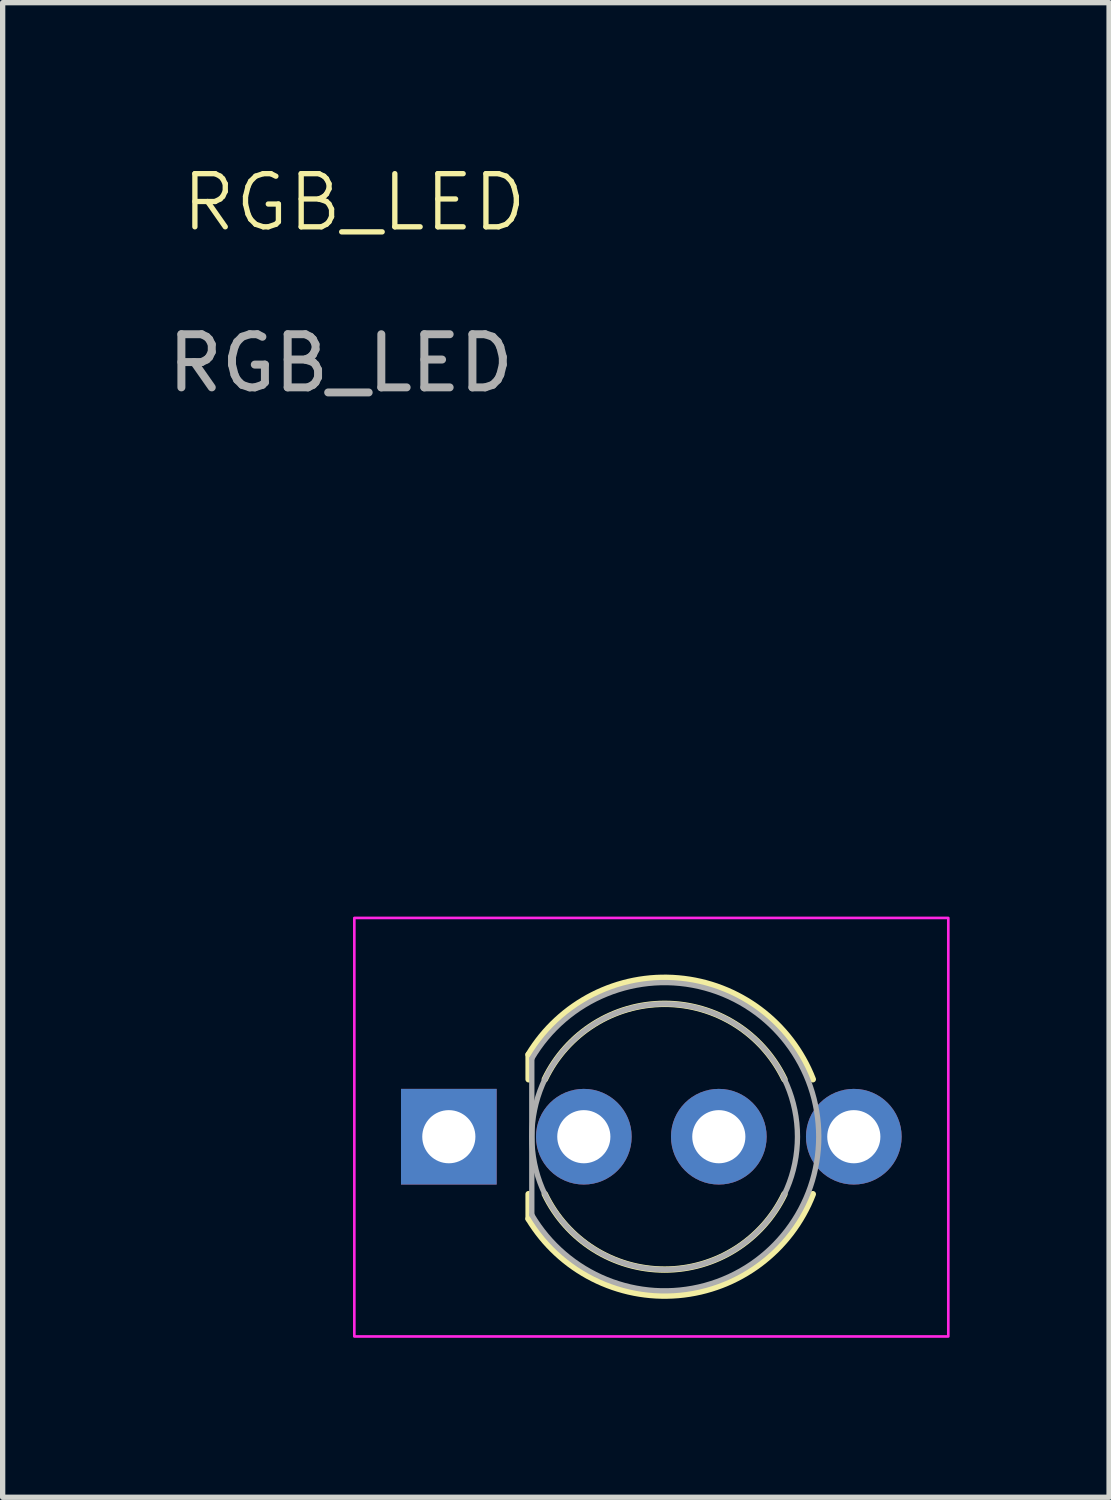
<source format=kicad_pcb>
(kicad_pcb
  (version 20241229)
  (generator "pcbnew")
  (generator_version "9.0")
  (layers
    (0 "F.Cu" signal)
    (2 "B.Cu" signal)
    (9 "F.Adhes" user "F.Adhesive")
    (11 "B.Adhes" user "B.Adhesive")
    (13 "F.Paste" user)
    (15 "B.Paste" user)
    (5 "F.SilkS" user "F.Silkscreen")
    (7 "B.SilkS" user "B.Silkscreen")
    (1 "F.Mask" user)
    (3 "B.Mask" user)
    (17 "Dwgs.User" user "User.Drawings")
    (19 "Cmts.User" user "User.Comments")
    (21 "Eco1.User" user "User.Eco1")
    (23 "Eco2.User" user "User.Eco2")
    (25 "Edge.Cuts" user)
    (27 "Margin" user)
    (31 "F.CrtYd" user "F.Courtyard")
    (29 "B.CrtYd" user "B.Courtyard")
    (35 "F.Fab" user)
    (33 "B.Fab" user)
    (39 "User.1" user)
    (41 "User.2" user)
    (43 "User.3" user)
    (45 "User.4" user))
  (footprint "RGB_LED"
    (layer "F.Cu")
    (at 10.221 11.428)
    (property "Reference" "RGB_LED" (at -6.604 -10.668 0) (unlocked yes) (layer "F.SilkS") (effects (font (size 1 1) (thickness 0.1))))
    (attr through_hole)
    (fp_line (start -3.325 5.365) (end -3.325 5.83) (stroke (width 0.12) (type solid)) (layer "F.SilkS"))
    (fp_line (start -3.325 7.99) (end -3.325 8.455) (stroke (width 0.12) (type solid)) (layer "F.SilkS"))
    (fp_arc (start -3.3255 5.36517) (mid -0.507044 3.931191) (end 2.022315 5.829173) (stroke (width 0.12) (type solid)) (layer "F.SilkS"))
    (fp_arc (start -3.020184 5.83) (mid -0.765738 4.41) (end 1.488979 5.829571) (stroke (width 0.12) (type solid)) (layer "F.SilkS"))
    (fp_arc (start 1.488979 7.990429) (mid -0.765738 9.41) (end -3.020184 7.99) (stroke (width 0.12) (type solid)) (layer "F.SilkS"))
    (fp_arc (start 2.022315 7.990827) (mid -0.507044 9.888808) (end -3.3255 8.45483) (stroke (width 0.12) (type solid)) (layer "F.SilkS"))
    (fp_rect (start -6.604 2.794) (end 4.572 10.668) (stroke (width 0.05) (type default)) (fill no) (layer "F.CrtYd"))
    (fp_line (start -3.265 5.44) (end -3.265 8.38) (stroke (width 0.1) (type solid)) (layer "F.Fab"))
    (fp_arc (start -3.2655 5.440306) (mid 2.1345 6.910016) (end -3.265516 8.379666) (stroke (width 0.1) (type solid)) (layer "F.Fab"))
    (fp_circle (center -0.765 6.91) (end 1.734 6.91) (stroke (width 0.1) (type solid)) (fill no) (layer "F.Fab"))
    (fp_text user "${REFERENCE}" (at -6.858 -7.644 0) (unlocked yes) (layer "F.Fab") (effects (font (size 1 1) (thickness 0.15))))
    (pad "1" thru_hole rect (at -4.826 6.91) (size 1.8 1.8) (drill 1) (layers "*.Cu" "*.Mask"))
    (pad "2" thru_hole circle (at -2.286 6.91) (size 1.8 1.8) (drill 1) (layers "*.Cu" "*.Mask"))
    (pad "3" thru_hole circle (at 0.254 6.91) (size 1.8 1.8) (drill 1) (layers "*.Cu" "*.Mask"))
    (pad "4" thru_hole circle (at 2.794 6.91) (size 1.8 1.8) (drill 1) (layers "*.Cu" "*.Mask")))
  (gr_rect
    (start -3 -3)
    (end 17.818 25.122)
    (stroke (width 0.1) (type default))
    (fill no)
    (layer "Edge.Cuts")))
</source>
